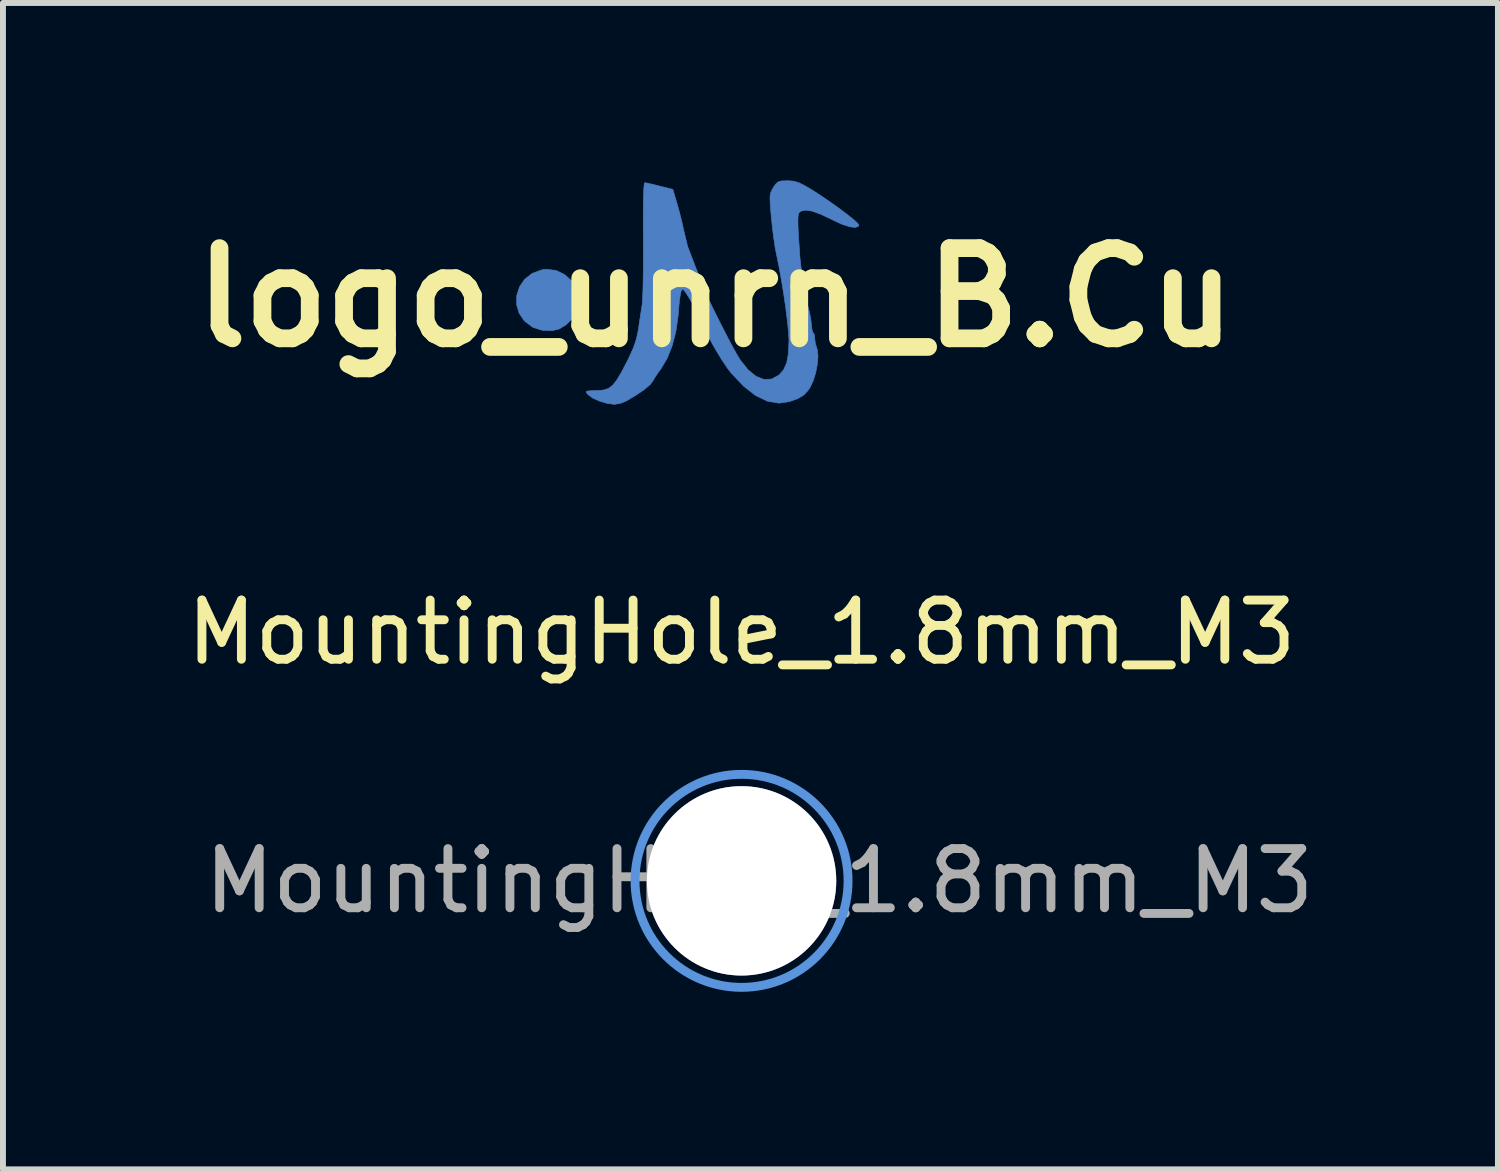
<source format=kicad_pcb>
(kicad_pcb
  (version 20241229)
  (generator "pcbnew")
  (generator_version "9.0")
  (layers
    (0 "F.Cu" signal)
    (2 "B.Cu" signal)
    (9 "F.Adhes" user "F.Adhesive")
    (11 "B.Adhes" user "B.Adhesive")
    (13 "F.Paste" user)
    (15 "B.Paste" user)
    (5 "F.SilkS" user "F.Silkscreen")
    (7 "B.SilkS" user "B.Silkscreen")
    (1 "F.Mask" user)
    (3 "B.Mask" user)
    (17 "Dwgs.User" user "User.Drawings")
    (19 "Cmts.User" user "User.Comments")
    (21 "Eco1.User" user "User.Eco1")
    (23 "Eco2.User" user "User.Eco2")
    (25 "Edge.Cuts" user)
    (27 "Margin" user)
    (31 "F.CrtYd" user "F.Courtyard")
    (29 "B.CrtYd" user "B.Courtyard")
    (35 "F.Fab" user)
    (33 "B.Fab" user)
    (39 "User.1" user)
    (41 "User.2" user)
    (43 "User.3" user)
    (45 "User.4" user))
  (footprint "logo_unrn_B.Cu"
    (layer "F.Cu")
    (at 9.042 1.978)
    (property "Reference" "logo_unrn_B.Cu" (at 0 0 0) (layer "F.SilkS") (effects (font (size 1.524 1.524) (thickness 0.3))))
    (attr through_hole)
    (fp_poly (pts (xy -2.932 -0.469) (xy -3.097 -0.409) (xy -3.225 -0.309) (xy -3.312 -0.181) (xy -3.359 -0.035) (xy -3.362 0.117) (xy -3.32 0.263) (xy -3.231 0.394) (xy -3.095 0.498) (xy -3.084 0.504) (xy -2.927 0.554) (xy -2.76 0.56) (xy -2.641 0.531) (xy -2.528 0.462) (xy -2.421 0.356) (xy -2.344 0.237) (xy -2.322 0.18) (xy -2.307 0.014) (xy -2.346 -0.143) (xy -2.43 -0.28) (xy -2.55 -0.388) (xy -2.696 -0.458) (xy -2.859 -0.478) (xy -2.932 -0.469)) (stroke (width 0.01) (type solid)) (fill yes) (layer "B.Cu"))
    (fp_poly (pts (xy 1.113 -1.97) (xy 1.053 -1.952) (xy 1.009 -1.908) (xy 0.977 -1.86) (xy 0.949 -1.81) (xy 0.93 -1.764) (xy 0.921 -1.708) (xy 0.922 -1.628) (xy 0.929 -1.512) (xy 0.944 -1.346) (xy 0.945 -1.344) (xy 0.963 -1.167) (xy 0.986 -0.99) (xy 1.009 -0.836) (xy 1.029 -0.735) (xy 1.071 -0.53) (xy 1.113 -0.301) (xy 1.152 -0.061) (xy 1.187 0.176) (xy 1.214 0.395) (xy 1.233 0.582) (xy 1.241 0.725) (xy 1.241 0.748) (xy 1.231 0.949) (xy 1.204 1.101) (xy 1.154 1.215) (xy 1.08 1.303) (xy 1.069 1.312) (xy 0.948 1.378) (xy 0.819 1.384) (xy 0.684 1.331) (xy 0.549 1.221) (xy 0.418 1.056) (xy 0.408 1.041) (xy 0.356 0.954) (xy 0.288 0.831) (xy 0.209 0.682) (xy 0.124 0.516) (xy 0.037 0.346) (xy -0.045 0.179) (xy -0.118 0.028) (xy -0.176 -0.098) (xy -0.214 -0.188) (xy -0.228 -0.232) (xy -0.241 -0.281) (xy -0.275 -0.368) (xy -0.322 -0.474) (xy -0.323 -0.476) (xy -0.471 -0.862) (xy -0.545 -1.169) (xy -0.568 -1.276) (xy -0.603 -1.415) (xy -0.642 -1.559) (xy -0.647 -1.575) (xy -0.721 -1.827) (xy -0.943 -1.883) (xy -1.056 -1.911) (xy -1.146 -1.932) (xy -1.195 -1.941) (xy -1.196 -1.941) (xy -1.206 -1.91) (xy -1.213 -1.816) (xy -1.218 -1.663) (xy -1.221 -1.451) (xy -1.221 -1.182) (xy -1.22 -0.997) (xy -1.219 -0.748) (xy -1.22 -0.51) (xy -1.223 -0.293) (xy -1.227 -0.108) (xy -1.233 0.035) (xy -1.241 0.127) (xy -1.243 0.138) (xy -1.264 0.276) (xy -1.289 0.436) (xy -1.305 0.551) (xy -1.336 0.697) (xy -1.388 0.851) (xy -1.47 1.031) (xy -1.5 1.091) (xy -1.593 1.268) (xy -1.67 1.396) (xy -1.738 1.482) (xy -1.805 1.534) (xy -1.88 1.561) (xy -1.97 1.571) (xy -1.983 1.571) (xy -2.1 1.575) (xy -2.165 1.581) (xy -2.186 1.594) (xy -2.174 1.618) (xy -2.15 1.644) (xy -2.074 1.7) (xy -1.959 1.751) (xy -1.83 1.789) (xy -1.713 1.805) (xy -1.706 1.805) (xy -1.609 1.789) (xy -1.511 1.75) (xy -1.51 1.749) (xy -1.341 1.649) (xy -1.204 1.555) (xy -1.108 1.474) (xy -1.063 1.417) (xy -1.025 1.351) (xy -0.964 1.261) (xy -0.919 1.199) (xy -0.818 1.03) (xy -0.732 0.814) (xy -0.669 0.568) (xy -0.632 0.31) (xy -0.628 0.262) (xy -0.617 0.124) (xy -0.603 0.003) (xy -0.589 -0.081) (xy -0.583 -0.1) (xy -0.567 -0.134) (xy -0.546 -0.135) (xy -0.514 -0.099) (xy -0.461 -0.018) (xy -0.434 0.027) (xy -0.368 0.142) (xy -0.311 0.249) (xy -0.276 0.326) (xy -0.276 0.326) (xy -0.211 0.48) (xy -0.119 0.663) (xy -0.012 0.857) (xy 0.1 1.042) (xy 0.205 1.199) (xy 0.263 1.274) (xy 0.472 1.496) (xy 0.676 1.655) (xy 0.877 1.752) (xy 1.072 1.785) (xy 1.249 1.759) (xy 1.389 1.709) (xy 1.486 1.652) (xy 1.562 1.573) (xy 1.598 1.519) (xy 1.651 1.407) (xy 1.694 1.267) (xy 1.722 1.12) (xy 1.732 0.985) (xy 1.72 0.883) (xy 1.714 0.866) (xy 1.686 0.772) (xy 1.677 0.692) (xy 1.67 0.626) (xy 1.652 0.599) (xy 1.636 0.57) (xy 1.624 0.5) (xy 1.622 0.469) (xy 1.61 0.363) (xy 1.584 0.234) (xy 1.564 0.16) (xy 1.51 -0.07) (xy 1.463 -0.351) (xy 1.427 -0.671) (xy 1.404 -1.009) (xy 1.395 -1.179) (xy 1.392 -1.297) (xy 1.395 -1.373) (xy 1.404 -1.418) (xy 1.421 -1.444) (xy 1.446 -1.46) (xy 1.522 -1.477) (xy 1.629 -1.461) (xy 1.775 -1.409) (xy 1.964 -1.32) (xy 2 -1.301) (xy 2.144 -1.235) (xy 2.267 -1.196) (xy 2.36 -1.184) (xy 2.413 -1.201) (xy 2.422 -1.227) (xy 2.397 -1.261) (xy 2.328 -1.322) (xy 2.225 -1.404) (xy 2.099 -1.499) (xy 1.958 -1.6) (xy 1.812 -1.7) (xy 1.672 -1.792) (xy 1.631 -1.818) (xy 1.502 -1.894) (xy 1.406 -1.941) (xy 1.326 -1.965) (xy 1.242 -1.973) (xy 1.213 -1.973) (xy 1.113 -1.97)) (stroke (width 0.01) (type solid)) (fill yes) (layer "B.Cu")))
  (footprint "MountingHole_1.8mm_M3"
    (layer "F.Cu")
    (at 9.482 11.836)
    (property "Reference" "MountingHole_1.8mm_M3" (at 0 -4.2 0) (layer "F.SilkS") (effects (font (size 1 1) (thickness 0.15))))
    (attr exclude_from_pos_files exclude_from_bom)
    (fp_circle (center 0 0) (end 1.8 0) (stroke (width 0.15) (type solid)) (fill no) (layer "Cmts.User"))
    (fp_text user "${REFERENCE}" (at 0.3 0 0) (layer "F.Fab") (effects (font (size 1 1) (thickness 0.15))))
    (pad "1" thru_hole circle (at 0 0) (size 3.2 3.2) (drill 3.2) (layers "*.Cu" "*.Mask")))
  (gr_rect
    (start -3 -3)
    (end 22.264 16.711)
    (stroke (width 0.1) (type default))
    (fill no)
    (layer "Edge.Cuts")))
</source>
